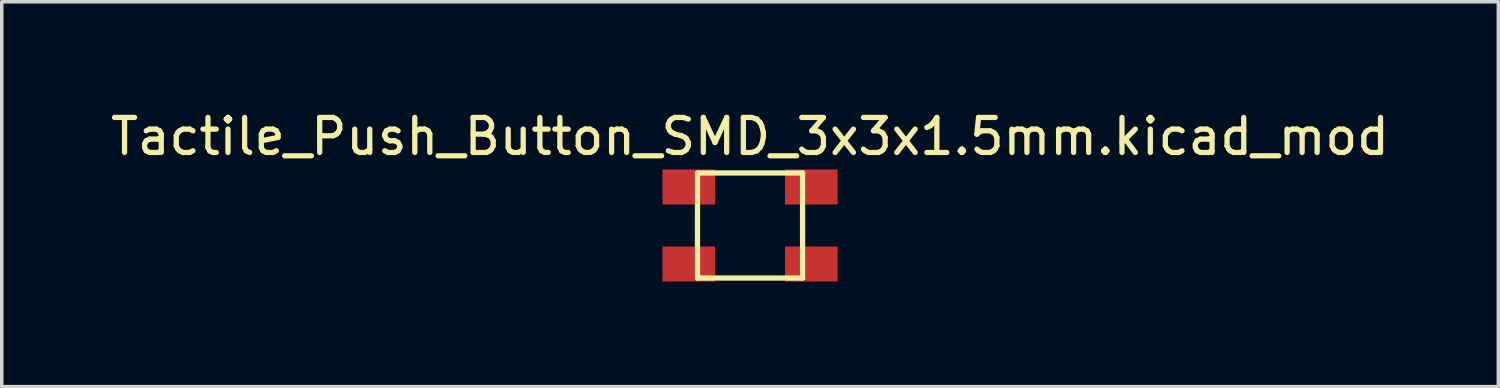
<source format=kicad_pcb>
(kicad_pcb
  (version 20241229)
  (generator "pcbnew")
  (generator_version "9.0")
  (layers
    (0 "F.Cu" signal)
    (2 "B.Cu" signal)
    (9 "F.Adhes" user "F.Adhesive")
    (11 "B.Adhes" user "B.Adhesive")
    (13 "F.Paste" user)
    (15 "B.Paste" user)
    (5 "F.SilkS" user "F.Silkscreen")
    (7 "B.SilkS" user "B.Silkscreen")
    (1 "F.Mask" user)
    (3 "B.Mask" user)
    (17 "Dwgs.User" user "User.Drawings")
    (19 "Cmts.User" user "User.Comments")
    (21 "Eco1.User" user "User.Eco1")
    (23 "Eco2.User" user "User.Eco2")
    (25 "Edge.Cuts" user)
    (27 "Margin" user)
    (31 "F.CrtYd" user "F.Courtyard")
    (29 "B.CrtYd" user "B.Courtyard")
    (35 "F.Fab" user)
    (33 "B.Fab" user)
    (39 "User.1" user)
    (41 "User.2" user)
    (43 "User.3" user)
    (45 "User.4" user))
  (footprint "Tactile_Push_Button_SMD_3x3x1.5mm.kicad_mod"
    (layer "F.Cu")
    (at 18.363 3.388)
    (property "Reference" "Tactile_Push_Button_SMD_3x3x1.5mm.kicad_mod" (at 0 -2.54 0) (layer "F.SilkS") (effects (font (size 1 1) (thickness 0.15))))
    (attr through_hole)
    (fp_line (start -1.5 -1.5) (end -1.5 1.5) (stroke (width 0.15) (type solid)) (layer "F.SilkS"))
    (fp_line (start -1.5 -1.5) (end 1.5 -1.5) (stroke (width 0.15) (type solid)) (layer "F.SilkS"))
    (fp_line (start -1.5 1.5) (end 1.5 1.5) (stroke (width 0.15) (type solid)) (layer "F.SilkS"))
    (fp_line (start 1.5 1.5) (end 1.5 -1.5) (stroke (width 0.15) (type solid)) (layer "F.SilkS"))
    (pad "1" smd rect (at -1.75 -1.1) (size 1.5 1) (layers "F.Cu" "F.Mask" "F.Paste"))
    (pad "1" smd rect (at 1.75 -1.1) (size 1.5 1) (layers "F.Cu" "F.Mask" "F.Paste"))
    (pad "2" smd rect (at -1.75 1.1) (size 1.5 1) (layers "F.Cu" "F.Mask" "F.Paste"))
    (pad "2" smd rect (at 1.75 1.1) (size 1.5 1) (layers "F.Cu" "F.Mask" "F.Paste")))
  (gr_rect
    (start -3 -3)
    (end 39.726 7.988)
    (stroke (width 0.1) (type default))
    (fill no)
    (layer "Edge.Cuts")))
</source>
